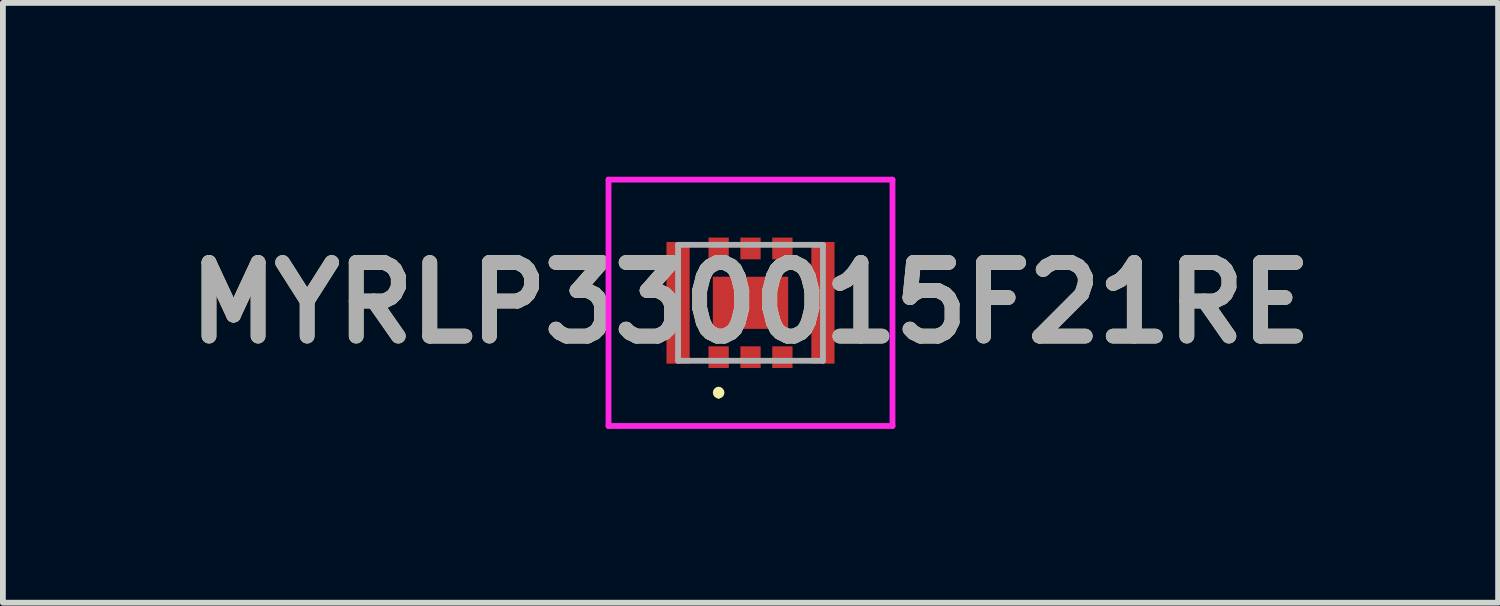
<source format=kicad_pcb>
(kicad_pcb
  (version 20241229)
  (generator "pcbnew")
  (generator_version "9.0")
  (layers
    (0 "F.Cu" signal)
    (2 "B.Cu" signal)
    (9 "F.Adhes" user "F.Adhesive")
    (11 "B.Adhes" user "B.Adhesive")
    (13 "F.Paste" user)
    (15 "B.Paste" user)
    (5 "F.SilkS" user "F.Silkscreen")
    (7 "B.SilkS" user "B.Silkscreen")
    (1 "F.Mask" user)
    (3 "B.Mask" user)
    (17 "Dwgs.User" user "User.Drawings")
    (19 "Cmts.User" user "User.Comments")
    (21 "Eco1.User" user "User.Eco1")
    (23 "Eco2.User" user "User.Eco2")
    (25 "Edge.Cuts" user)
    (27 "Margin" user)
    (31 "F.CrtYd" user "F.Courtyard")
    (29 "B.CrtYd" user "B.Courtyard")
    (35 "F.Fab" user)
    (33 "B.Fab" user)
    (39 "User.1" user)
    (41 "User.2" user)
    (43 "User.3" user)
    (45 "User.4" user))
  (footprint "MYRLP330015F21RE"
    (layer "F.Cu")
    (at 9.9 2.175)
    (property "Reference" "MYRLP330015F21RE" (at 0 0 0) (layer "F.SilkS") (effects (font (size 1.27 1.27) (thickness 0.254))))
    (attr smd)
    (fp_line (start -0.55 1.5) (end -0.55 1.5) (stroke (width 0.1) (type solid)) (layer "F.SilkS"))
    (fp_line (start -0.55 1.6) (end -0.55 1.6) (stroke (width 0.1) (type solid)) (layer "F.SilkS"))
    (fp_arc (start -0.55 1.5) (mid -0.5 1.55) (end -0.55 1.6) (stroke (width 0.1) (type solid)) (layer "F.SilkS"))
    (fp_arc (start -0.55 1.6) (mid -0.6 1.55) (end -0.55 1.5) (stroke (width 0.1) (type solid)) (layer "F.SilkS"))
    (fp_line (start -2.45 -2.125) (end 2.45 -2.125) (stroke (width 0.1) (type solid)) (layer "F.CrtYd"))
    (fp_line (start -2.45 2.125) (end -2.45 -2.125) (stroke (width 0.1) (type solid)) (layer "F.CrtYd"))
    (fp_line (start 2.45 -2.125) (end 2.45 2.125) (stroke (width 0.1) (type solid)) (layer "F.CrtYd"))
    (fp_line (start 2.45 2.125) (end -2.45 2.125) (stroke (width 0.1) (type solid)) (layer "F.CrtYd"))
    (fp_line (start -1.25 -1) (end -1.25 1) (stroke (width 0.1) (type solid)) (layer "F.Fab"))
    (fp_line (start -1.25 1) (end 1.25 1) (stroke (width 0.1) (type solid)) (layer "F.Fab"))
    (fp_line (start 1.25 -1) (end -1.25 -1) (stroke (width 0.1) (type solid)) (layer "F.Fab"))
    (fp_line (start 1.25 1) (end 1.25 -1) (stroke (width 0.1) (type solid)) (layer "F.Fab"))
    (fp_text user "${REFERENCE}" (at 0 0 0) (layer "F.Fab") (effects (font (size 1.27 1.27) (thickness 0.254))))
    (pad "1" smd rect (at -0.55 0.938) (size 0.35 0.375) (layers "F.Cu" "F.Mask" "F.Paste"))
    (pad "2" smd rect (at 0 0.938) (size 0.35 0.375) (layers "F.Cu" "F.Mask" "F.Paste"))
    (pad "3" smd rect (at 0.55 0.938) (size 0.35 0.375) (layers "F.Cu" "F.Mask" "F.Paste"))
    (pad "4" smd rect (at 0.55 -0.938) (size 0.35 0.375) (layers "F.Cu" "F.Mask" "F.Paste"))
    (pad "5" smd rect (at 0 -0.938) (size 0.35 0.375) (layers "F.Cu" "F.Mask" "F.Paste"))
    (pad "6" smd rect (at -0.55 -0.938) (size 0.35 0.375) (layers "F.Cu" "F.Mask" "F.Paste"))
    (pad "7" smd rect (at -1.25 0) (size 0.4 2.1) (layers "F.Cu" "F.Mask" "F.Paste"))
    (pad "8" smd rect (at 1.25 0) (size 0.4 2.1) (layers "F.Cu" "F.Mask" "F.Paste"))
    (pad "9" smd rect (at 0 0 90) (size 0.9 1.3) (layers "F.Cu" "F.Mask" "F.Paste")))
  (gr_rect
    (start -3 -3)
    (end 22.8 7.35)
    (stroke (width 0.1) (type default))
    (fill no)
    (layer "Edge.Cuts")))
</source>
